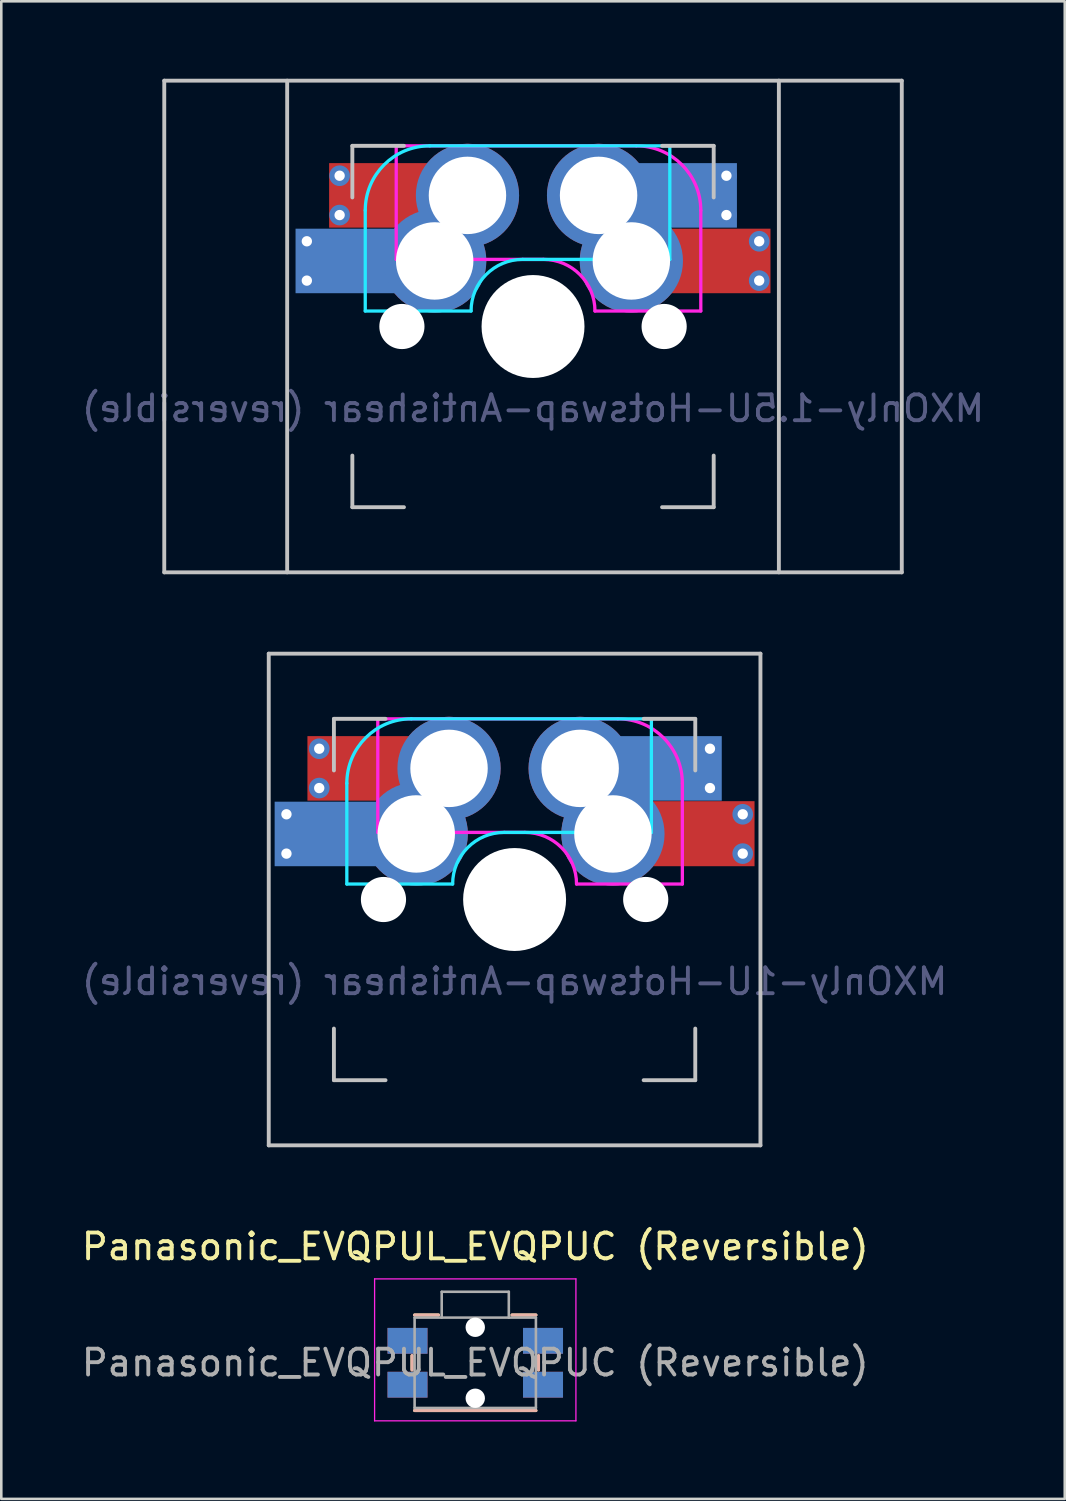
<source format=kicad_pcb>
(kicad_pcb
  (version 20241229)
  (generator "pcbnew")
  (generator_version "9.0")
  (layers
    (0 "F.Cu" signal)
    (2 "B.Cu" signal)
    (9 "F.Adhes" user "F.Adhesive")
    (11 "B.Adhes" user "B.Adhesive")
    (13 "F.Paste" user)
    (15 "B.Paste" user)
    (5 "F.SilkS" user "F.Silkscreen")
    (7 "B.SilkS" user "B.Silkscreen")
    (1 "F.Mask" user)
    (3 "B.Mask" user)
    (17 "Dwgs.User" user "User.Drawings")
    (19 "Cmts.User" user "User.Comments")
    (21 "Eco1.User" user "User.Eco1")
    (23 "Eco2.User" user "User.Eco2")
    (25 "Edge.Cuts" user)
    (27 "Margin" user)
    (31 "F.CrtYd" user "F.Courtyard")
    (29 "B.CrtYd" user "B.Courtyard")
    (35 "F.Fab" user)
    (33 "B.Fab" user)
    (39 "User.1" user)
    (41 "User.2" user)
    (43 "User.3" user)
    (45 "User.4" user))
  (footprint "Panasonic_EVQPUL_EVQPUC (Reversible)"
    (layer "F.Cu")
    (at 15.363 49.748)
    (property "Reference" "Panasonic_EVQPUL_EVQPUC (Reversible)" (at 0 -4.5 0) (layer "F.SilkS") (effects (font (size 1 1) (thickness 0.15))))
    (attr smd)
    (fp_line (start -2.45 0.275) (end -2.45 -0.275) (stroke (width 0.12) (type solid)) (layer "F.SilkS"))
    (fp_line (start -1.425 -1.85) (end -2.35 -1.85) (stroke (width 0.12) (type solid)) (layer "F.SilkS"))
    (fp_line (start 2.35 -1.85) (end 1.425 -1.85) (stroke (width 0.12) (type solid)) (layer "F.SilkS"))
    (fp_line (start 2.35 1.85) (end -2.35 1.85) (stroke (width 0.12) (type solid)) (layer "F.SilkS"))
    (fp_line (start 2.45 0.275) (end 2.45 -0.275) (stroke (width 0.12) (type solid)) (layer "F.SilkS"))
    (fp_line (start -2.45 0.275) (end -2.45 -0.275) (stroke (width 0.12) (type solid)) (layer "B.SilkS"))
    (fp_line (start -2.35 -1.85) (end -1.425 -1.85) (stroke (width 0.12) (type solid)) (layer "B.SilkS"))
    (fp_line (start -2.35 1.85) (end 2.35 1.85) (stroke (width 0.12) (type solid)) (layer "B.SilkS"))
    (fp_line (start 1.425 -1.85) (end 2.35 -1.85) (stroke (width 0.12) (type solid)) (layer "B.SilkS"))
    (fp_line (start 2.45 0.275) (end 2.45 -0.275) (stroke (width 0.12) (type solid)) (layer "B.SilkS"))
    (fp_line (start -3.9 2.25) (end -3.9 -3.25) (stroke (width 0.05) (type solid)) (layer "F.CrtYd"))
    (fp_line (start 3.9 -3.25) (end -3.9 -3.25) (stroke (width 0.05) (type solid)) (layer "F.CrtYd"))
    (fp_line (start 3.9 2.25) (end -3.9 2.25) (stroke (width 0.05) (type solid)) (layer "F.CrtYd"))
    (fp_line (start 3.9 2.25) (end 3.9 -3.25) (stroke (width 0.05) (type solid)) (layer "F.CrtYd"))
    (fp_line (start -2.35 1.75) (end -2.35 -1.75) (stroke (width 0.1) (type solid)) (layer "F.Fab"))
    (fp_line (start -1.3 -2.75) (end -1.3 -1.75) (stroke (width 0.1) (type solid)) (layer "F.Fab"))
    (fp_line (start 1.3 -2.75) (end -1.3 -2.75) (stroke (width 0.1) (type solid)) (layer "F.Fab"))
    (fp_line (start 1.3 -2.75) (end 1.3 -1.75) (stroke (width 0.1) (type solid)) (layer "F.Fab"))
    (fp_line (start 2.35 -1.75) (end -2.35 -1.75) (stroke (width 0.1) (type solid)) (layer "F.Fab"))
    (fp_line (start 2.35 1.75) (end -2.35 1.75) (stroke (width 0.1) (type solid)) (layer "F.Fab"))
    (fp_line (start 2.35 1.75) (end 2.35 -1.75) (stroke (width 0.1) (type solid)) (layer "F.Fab"))
    (fp_text user "${REFERENCE}" (at 0 0 0) (layer "F.Fab") (effects (font (size 1 1) (thickness 0.15))))
    (pad "" np_thru_hole circle (at 0 -1.375 180) (size 0.75 0.75) (drill 0.75) (layers "*.Cu" "*.Mask"))
    (pad "" np_thru_hole circle (at 0 1.375 180) (size 0.75 0.75) (drill 0.75) (layers "*.Cu" "*.Mask"))
    (pad "1" smd rect (at -2.625 -0.85 180) (size 1.55 1) (layers "F.Cu" "F.Mask" "F.Paste"))
    (pad "1" smd rect (at -2.625 -0.85 180) (size 1.55 1) (layers "B.Cu" "B.Mask" "B.Paste"))
    (pad "1" smd rect (at 2.625 -0.85 180) (size 1.55 1) (layers "F.Cu" "F.Mask" "F.Paste"))
    (pad "1" smd rect (at 2.625 -0.85 180) (size 1.55 1) (layers "B.Cu" "B.Mask" "B.Paste"))
    (pad "2" smd rect (at -2.625 0.85 180) (size 1.55 1) (layers "F.Cu" "F.Mask" "F.Paste"))
    (pad "2" smd rect (at -2.625 0.85 180) (size 1.55 1) (layers "B.Cu" "B.Mask" "B.Paste"))
    (pad "2" smd rect (at 2.625 0.85 180) (size 1.55 1) (layers "F.Cu" "F.Mask" "F.Paste"))
    (pad "2" smd rect (at 2.625 0.85 180) (size 1.55 1) (layers "B.Cu" "B.Mask" "B.Paste")))
  (footprint "MXOnly-1U-Hotswap-Antishear (reversible)"
    (layer "F.Cu")
    (at 16.887 31.8)
    (property "Reference" "MXOnly-1U-Hotswap-Antishear (reversible)" (at 0 3.175 0) (layer "B.Fab") (effects (font (size 1 1) (thickness 0.15)) (justify mirror)))
    (attr through_hole)
    (fp_line (start -9.525 -9.525) (end 9.525 -9.525) (stroke (width 0.15) (type solid)) (layer "Dwgs.User"))
    (fp_line (start -9.525 9.525) (end -9.525 -9.525) (stroke (width 0.15) (type solid)) (layer "Dwgs.User"))
    (fp_line (start -7 -7) (end -7 -5) (stroke (width 0.15) (type solid)) (layer "Dwgs.User"))
    (fp_line (start -7 5) (end -7 7) (stroke (width 0.15) (type solid)) (layer "Dwgs.User"))
    (fp_line (start -7 7) (end -5 7) (stroke (width 0.15) (type solid)) (layer "Dwgs.User"))
    (fp_line (start -5 -7) (end -7 -7) (stroke (width 0.15) (type solid)) (layer "Dwgs.User"))
    (fp_line (start 5 -7) (end 7 -7) (stroke (width 0.15) (type solid)) (layer "Dwgs.User"))
    (fp_line (start 5 7) (end 7 7) (stroke (width 0.15) (type solid)) (layer "Dwgs.User"))
    (fp_line (start 7 -7) (end 7 -5) (stroke (width 0.15) (type solid)) (layer "Dwgs.User"))
    (fp_line (start 7 7) (end 7 5) (stroke (width 0.15) (type solid)) (layer "Dwgs.User"))
    (fp_line (start 9.525 -9.525) (end 9.525 9.525) (stroke (width 0.15) (type solid)) (layer "Dwgs.User"))
    (fp_line (start 9.525 9.525) (end -9.525 9.525) (stroke (width 0.15) (type solid)) (layer "Dwgs.User"))
    (fp_line (start -6.5 -4.5) (end -6.5 -0.6) (stroke (width 0.127) (type solid)) (layer "B.CrtYd"))
    (fp_line (start -6.5 -0.6) (end -2.4 -0.6) (stroke (width 0.127) (type solid)) (layer "B.CrtYd"))
    (fp_line (start -0.4 -2.6) (end 5.3 -2.6) (stroke (width 0.127) (type solid)) (layer "B.CrtYd"))
    (fp_line (start 5.3 -7) (end -4 -7) (stroke (width 0.127) (type solid)) (layer "B.CrtYd"))
    (fp_line (start 5.3 -7) (end 5.3 -2.6) (stroke (width 0.127) (type solid)) (layer "B.CrtYd"))
    (fp_arc (start -6.5 -4.5) (mid -5.767767 -6.267767) (end -4 -7) (stroke (width 0.127) (type solid)) (layer "B.CrtYd"))
    (fp_arc (start -2.4 -0.6) (mid -1.814214 -2.014214) (end -0.4 -2.6) (stroke (width 0.127) (type solid)) (layer "B.CrtYd"))
    (fp_line (start -5.3 -7) (end -5.3 -2.6) (stroke (width 0.127) (type solid)) (layer "F.CrtYd"))
    (fp_line (start -5.3 -7) (end 4 -7) (stroke (width 0.127) (type solid)) (layer "F.CrtYd"))
    (fp_line (start 0.4 -2.6) (end -5.3 -2.6) (stroke (width 0.127) (type solid)) (layer "F.CrtYd"))
    (fp_line (start 6.5 -4.5) (end 6.5 -0.6) (stroke (width 0.127) (type solid)) (layer "F.CrtYd"))
    (fp_line (start 6.5 -0.6) (end 2.4 -0.6) (stroke (width 0.127) (type solid)) (layer "F.CrtYd"))
    (fp_arc (start 0.4 -2.6) (mid 1.814214 -2.014214) (end 2.4 -0.6) (stroke (width 0.127) (type solid)) (layer "F.CrtYd"))
    (fp_arc (start 4 -7) (mid 5.767767 -6.267767) (end 6.5 -4.5) (stroke (width 0.127) (type solid)) (layer "F.CrtYd"))
    (pad "" smd rect (at -7.085 -2.54) (size 2.55 2.5) (layers "B.Mask" "B.Paste"))
    (pad "" smd rect (at -5.815 -5.08) (size 2.55 2.5) (layers "F.Mask" "F.Paste"))
    (pad "" np_thru_hole circle (at -5.08 0 48.1) (size 1.75 1.75) (drill 1.75) (layers "*.Cu" "*.Mask"))
    (pad "" np_thru_hole circle (at 0 0) (size 3.988 3.988) (drill 3.988) (layers "*.Cu" "*.Mask"))
    (pad "" np_thru_hole circle (at 5.08 0 48.1) (size 1.75 1.75) (drill 1.75) (layers "*.Cu" "*.Mask"))
    (pad "" smd rect (at 5.815 -5.08) (size 2.55 2.5) (layers "B.Mask" "B.Paste"))
    (pad "" smd rect (at 7.085 -2.54) (size 2.55 2.5) (layers "F.Mask" "F.Paste"))
    (pad "1" thru_hole circle (at -8.839 -3.302) (size 0.8 0.8) (drill 0.4) (layers "*.Cu"))
    (pad "1" thru_hole circle (at -8.839 -1.778) (size 0.8 0.8) (drill 0.4) (layers "*.Cu"))
    (pad "1" thru_hole circle (at -7.569 -5.842) (size 0.8 0.8) (drill 0.4) (layers "*.Cu"))
    (pad "1" thru_hole circle (at -7.569 -4.318) (size 0.8 0.8) (drill 0.4) (layers "*.Cu"))
    (pad "1" smd rect (at -7.066 -2.54) (size 4.461 2.5) (layers "B.Cu"))
    (pad "1" smd rect (at -5.809 -5.08) (size 4.434 2.5) (layers "F.Cu"))
    (pad "1" thru_hole circle (at -3.81 -2.54) (size 4 4) (drill 3) (layers "*.Cu" "*.Mask"))
    (pad "1" thru_hole circle (at -2.54 -5.08) (size 4 4) (drill 3) (layers "*.Cu" "*.Mask"))
    (pad "2" thru_hole circle (at 2.54 -5.08) (size 4 4) (drill 3) (layers "*.Cu" "*.Mask"))
    (pad "2" thru_hole circle (at 3.81 -2.54) (size 4 4) (drill 3) (layers "*.Cu" "*.Mask"))
    (pad "2" smd rect (at 5.809 -5.08) (size 4.434 2.5) (layers "B.Cu"))
    (pad "2" smd rect (at 7.066 -2.55) (size 4.461 2.52) (layers "F.Cu"))
    (pad "2" thru_hole circle (at 7.569 -5.842) (size 0.8 0.8) (drill 0.4) (layers "*.Cu"))
    (pad "2" thru_hole circle (at 7.569 -4.318) (size 0.8 0.8) (drill 0.4) (layers "*.Cu"))
    (pad "2" thru_hole circle (at 8.839 -3.302) (size 0.8 0.8) (drill 0.4) (layers "*.Cu"))
    (pad "2" thru_hole circle (at 8.839 -1.778) (size 0.8 0.8) (drill 0.4) (layers "*.Cu")))
  (footprint "MXOnly-1.5U-Hotswap-Antishear (reversible)"
    (layer "F.Cu")
    (at 17.601 9.6)
    (property "Reference" "MXOnly-1.5U-Hotswap-Antishear (reversible)" (at 0 3.175 0) (layer "B.Fab") (effects (font (size 1 1) (thickness 0.15)) (justify mirror)))
    (attr through_hole)
    (fp_line (start -14.287 -9.525) (end 14.287 -9.525) (stroke (width 0.15) (type solid)) (layer "Dwgs.User"))
    (fp_line (start -14.287 9.525) (end -14.287 -9.525) (stroke (width 0.15) (type solid)) (layer "Dwgs.User"))
    (fp_line (start -9.525 9.525) (end -9.525 -9.525) (stroke (width 0.15) (type solid)) (layer "Dwgs.User"))
    (fp_line (start -7 -7) (end -7 -5) (stroke (width 0.15) (type solid)) (layer "Dwgs.User"))
    (fp_line (start -7 5) (end -7 7) (stroke (width 0.15) (type solid)) (layer "Dwgs.User"))
    (fp_line (start -7 7) (end -5 7) (stroke (width 0.15) (type solid)) (layer "Dwgs.User"))
    (fp_line (start -5 -7) (end -7 -7) (stroke (width 0.15) (type solid)) (layer "Dwgs.User"))
    (fp_line (start 5 -7) (end 7 -7) (stroke (width 0.15) (type solid)) (layer "Dwgs.User"))
    (fp_line (start 5 7) (end 7 7) (stroke (width 0.15) (type solid)) (layer "Dwgs.User"))
    (fp_line (start 7 -7) (end 7 -5) (stroke (width 0.15) (type solid)) (layer "Dwgs.User"))
    (fp_line (start 7 7) (end 7 5) (stroke (width 0.15) (type solid)) (layer "Dwgs.User"))
    (fp_line (start 9.525 9.525) (end 9.525 -9.525) (stroke (width 0.15) (type solid)) (layer "Dwgs.User"))
    (fp_line (start 14.287 -9.525) (end 14.287 9.525) (stroke (width 0.15) (type solid)) (layer "Dwgs.User"))
    (fp_line (start 14.287 9.525) (end -14.287 9.525) (stroke (width 0.15) (type solid)) (layer "Dwgs.User"))
    (fp_line (start -6.5 -4.5) (end -6.5 -0.6) (stroke (width 0.127) (type solid)) (layer "B.CrtYd"))
    (fp_line (start -6.5 -0.6) (end -2.4 -0.6) (stroke (width 0.127) (type solid)) (layer "B.CrtYd"))
    (fp_line (start -0.4 -2.6) (end 5.3 -2.6) (stroke (width 0.127) (type solid)) (layer "B.CrtYd"))
    (fp_line (start 5.3 -7) (end -4 -7) (stroke (width 0.127) (type solid)) (layer "B.CrtYd"))
    (fp_line (start 5.3 -7) (end 5.3 -2.6) (stroke (width 0.127) (type solid)) (layer "B.CrtYd"))
    (fp_arc (start -6.5 -4.5) (mid -5.767767 -6.267767) (end -4 -7) (stroke (width 0.127) (type solid)) (layer "B.CrtYd"))
    (fp_arc (start -2.4 -0.6) (mid -1.814214 -2.014214) (end -0.4 -2.6) (stroke (width 0.127) (type solid)) (layer "B.CrtYd"))
    (fp_line (start -5.3 -7) (end -5.3 -2.6) (stroke (width 0.127) (type solid)) (layer "F.CrtYd"))
    (fp_line (start -5.3 -7) (end 4 -7) (stroke (width 0.127) (type solid)) (layer "F.CrtYd"))
    (fp_line (start 0.4 -2.6) (end -5.3 -2.6) (stroke (width 0.127) (type solid)) (layer "F.CrtYd"))
    (fp_line (start 6.5 -4.5) (end 6.5 -0.6) (stroke (width 0.127) (type solid)) (layer "F.CrtYd"))
    (fp_line (start 6.5 -0.6) (end 2.4 -0.6) (stroke (width 0.127) (type solid)) (layer "F.CrtYd"))
    (fp_arc (start 0.4 -2.6) (mid 1.814214 -2.014214) (end 2.4 -0.6) (stroke (width 0.127) (type solid)) (layer "F.CrtYd"))
    (fp_arc (start 4 -7) (mid 5.767767 -6.267767) (end 6.5 -4.5) (stroke (width 0.127) (type solid)) (layer "F.CrtYd"))
    (pad "" smd rect (at -7.085 -2.54) (size 2.55 2.5) (layers "B.Mask" "B.Paste"))
    (pad "" smd rect (at -5.815 -5.08) (size 2.55 2.5) (layers "F.Mask" "F.Paste"))
    (pad "" np_thru_hole circle (at -5.08 0 48.1) (size 1.75 1.75) (drill 1.75) (layers "*.Cu" "*.Mask"))
    (pad "" np_thru_hole circle (at 0 0) (size 3.988 3.988) (drill 3.988) (layers "*.Cu" "*.Mask"))
    (pad "" np_thru_hole circle (at 5.08 0 48.1) (size 1.75 1.75) (drill 1.75) (layers "*.Cu" "*.Mask"))
    (pad "" smd rect (at 5.815 -5.08) (size 2.55 2.5) (layers "B.Mask" "B.Paste"))
    (pad "" smd rect (at 7.085 -2.54) (size 2.55 2.5) (layers "F.Mask" "F.Paste"))
    (pad "1" thru_hole circle (at -8.763 -3.302) (size 0.8 0.8) (drill 0.4) (layers "*.Cu"))
    (pad "1" thru_hole circle (at -8.763 -1.778) (size 0.8 0.8) (drill 0.4) (layers "*.Cu"))
    (pad "1" thru_hole circle (at -7.493 -5.842) (size 0.8 0.8) (drill 0.4) (layers "*.Cu"))
    (pad "1" thru_hole circle (at -7.493 -4.318) (size 0.8 0.8) (drill 0.4) (layers "*.Cu"))
    (pad "1" smd rect (at -7.018 -2.54) (size 4.365 2.5) (layers "B.Cu"))
    (pad "1" smd rect (at -5.746 -5.08) (size 4.308 2.5) (layers "F.Cu"))
    (pad "1" thru_hole circle (at -3.81 -2.54) (size 4 4) (drill 3) (layers "*.Cu" "*.Mask"))
    (pad "1" thru_hole circle (at -2.54 -5.08) (size 4 4) (drill 3) (layers "*.Cu" "*.Mask"))
    (pad "2" thru_hole circle (at 2.54 -5.08) (size 4 4) (drill 3) (layers "*.Cu" "*.Mask"))
    (pad "2" thru_hole circle (at 3.81 -2.54) (size 4 4) (drill 3) (layers "*.Cu" "*.Mask"))
    (pad "2" smd rect (at 5.746 -5.08) (size 4.308 2.5) (layers "B.Cu"))
    (pad "2" smd rect (at 7.018 -2.54) (size 4.365 2.5) (layers "F.Cu"))
    (pad "2" thru_hole circle (at 7.493 -5.842) (size 0.8 0.8) (drill 0.4) (layers "*.Cu"))
    (pad "2" thru_hole circle (at 7.493 -4.318) (size 0.8 0.8) (drill 0.4) (layers "*.Cu"))
    (pad "2" thru_hole circle (at 8.763 -3.302) (size 0.8 0.8) (drill 0.4) (layers "*.Cu"))
    (pad "2" thru_hole circle (at 8.763 -1.778) (size 0.8 0.8) (drill 0.4) (layers "*.Cu")))
  (gr_rect
    (start -3 -3)
    (end 38.202 55.023)
    (stroke (width 0.1) (type default))
    (fill no)
    (layer "Edge.Cuts")))
</source>
